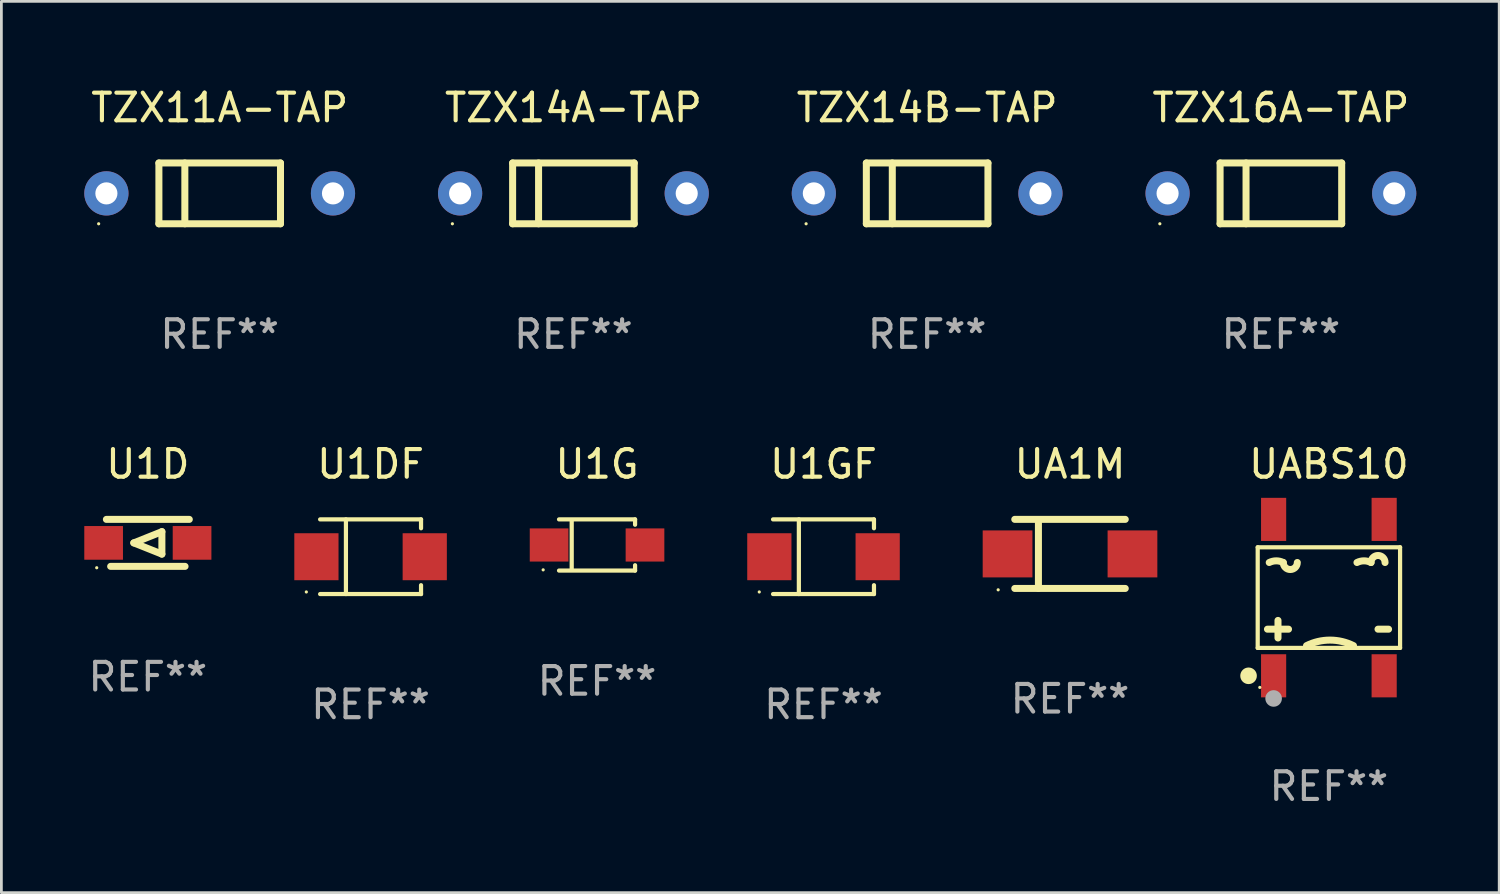
<source format=kicad_pcb>
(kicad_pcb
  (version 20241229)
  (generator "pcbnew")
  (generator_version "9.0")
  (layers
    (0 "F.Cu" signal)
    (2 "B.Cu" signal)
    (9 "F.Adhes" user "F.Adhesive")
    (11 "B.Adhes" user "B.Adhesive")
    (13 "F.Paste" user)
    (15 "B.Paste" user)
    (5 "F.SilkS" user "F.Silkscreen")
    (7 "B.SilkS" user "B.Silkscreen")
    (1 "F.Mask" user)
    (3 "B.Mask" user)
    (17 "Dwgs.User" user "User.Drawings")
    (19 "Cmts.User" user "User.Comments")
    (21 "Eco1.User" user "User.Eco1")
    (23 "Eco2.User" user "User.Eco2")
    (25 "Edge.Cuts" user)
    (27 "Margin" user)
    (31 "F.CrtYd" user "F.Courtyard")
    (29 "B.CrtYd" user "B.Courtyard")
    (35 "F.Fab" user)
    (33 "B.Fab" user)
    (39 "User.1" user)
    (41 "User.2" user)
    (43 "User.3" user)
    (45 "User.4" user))
  (footprint "U1D"
    (layer "F.Cu")
    (at 2.3 16.595)
    (property "Reference" "U1D" (at 0 -2.85 0) (layer "F.SilkS") (effects (font (size 1 1) (thickness 0.15))))
    (attr through_hole)
    (fp_line (start -1.346 0.85) (end 1.346 0.85) (stroke (width 0.254) (type solid)) (layer "F.SilkS"))
    (fp_line (start -0.508 0) (end 0.508 -0.406) (stroke (width 0.254) (type solid)) (layer "F.SilkS"))
    (fp_line (start 0.508 -0.406) (end 0.508 0.406) (stroke (width 0.254) (type solid)) (layer "F.SilkS"))
    (fp_line (start 0.508 0.406) (end -0.508 0) (stroke (width 0.254) (type solid)) (layer "F.SilkS"))
    (fp_line (start 1.5 -0.85) (end -1.5 -0.85) (stroke (width 0.254) (type solid)) (layer "F.SilkS"))
    (fp_circle (center -1.85 0.9) (end -1.82 0.9) (stroke (width 0.06) (type solid)) (fill no) (layer "F.SilkS"))
    (fp_text user "REF**" (at 0 4.85 0) (layer "F.Fab") (effects (font (size 1 1) (thickness 0.15))))
    (pad "1" smd rect (at -1.6 0) (size 1.4 1.219) (layers "F.Cu" "F.Mask" "F.Paste"))
    (pad "2" smd rect (at 1.6 0) (size 1.4 1.219) (layers "F.Cu" "F.Mask" "F.Paste")))
  (footprint "U1GF"
    (layer "F.Cu")
    (at 26.75 17.096)
    (property "Reference" "U1GF" (at 0 -3.351 0) (layer "F.SilkS") (effects (font (size 1 1) (thickness 0.15))))
    (attr through_hole)
    (fp_line (start -1.826 -1.351) (end 1.826 -1.351) (stroke (width 0.152) (type solid)) (layer "F.SilkS"))
    (fp_line (start -1.826 1.351) (end 1.826 1.351) (stroke (width 0.152) (type solid)) (layer "F.SilkS"))
    (fp_line (start -0.892 -1.351) (end -0.892 1.351) (stroke (width 0.152) (type solid)) (layer "F.SilkS"))
    (fp_line (start 1.826 -1.351) (end 1.826 -1.03) (stroke (width 0.152) (type solid)) (layer "F.SilkS"))
    (fp_line (start 1.826 1.03) (end 1.826 1.351) (stroke (width 0.152) (type solid)) (layer "F.SilkS"))
    (fp_circle (center -2.325 1.275) (end -2.295 1.275) (stroke (width 0.06) (type solid)) (fill no) (layer "F.SilkS"))
    (fp_text user "REF**" (at 0 5.351 0) (layer "F.Fab") (effects (font (size 1 1) (thickness 0.15))))
    (pad "1" smd rect (at -1.96 0 180) (size 1.6 1.7) (layers "F.Cu" "F.Mask" "F.Paste"))
    (pad "2" smd rect (at 1.96 0 180) (size 1.6 1.7) (layers "F.Cu" "F.Mask" "F.Paste")))
  (footprint "TZX14A-TAP"
    (layer "F.Cu")
    (at 17.7 3.948)
    (property "Reference" "TZX14A-TAP" (at 0 -3.1 0) (layer "F.SilkS") (effects (font (size 1 1) (thickness 0.15))))
    (attr through_hole)
    (fp_line (start -2.2 -1.1) (end -2.2 1.1) (stroke (width 0.254) (type solid)) (layer "F.SilkS"))
    (fp_line (start -2.2 -1.1) (end 2.2 -1.1) (stroke (width 0.254) (type solid)) (layer "F.SilkS"))
    (fp_line (start -2.2 1.1) (end 2.2 1.1) (stroke (width 0.254) (type solid)) (layer "F.SilkS"))
    (fp_line (start -1.261 -1.1) (end -1.261 1.1) (stroke (width 0.254) (type solid)) (layer "F.SilkS"))
    (fp_line (start 2.2 -1.1) (end 2.2 1.1) (stroke (width 0.254) (type solid)) (layer "F.SilkS"))
    (fp_circle (center -4.38 1.1) (end -4.35 1.1) (stroke (width 0.06) (type solid)) (fill no) (layer "F.SilkS"))
    (fp_text user "REF**" (at 0 5.1 0) (layer "F.Fab") (effects (font (size 1 1) (thickness 0.15))))
    (pad "1" thru_hole circle (at -4.1 0) (size 1.6 1.6) (drill 0.8) (layers "*.Cu" "*.Mask"))
    (pad "2" thru_hole circle (at 4.1 0) (size 1.6 1.6) (drill 0.8) (layers "*.Cu" "*.Mask")))
  (footprint "TZX16A-TAP"
    (layer "F.Cu")
    (at 43.301 3.948)
    (property "Reference" "TZX16A-TAP" (at 0 -3.1 0) (layer "F.SilkS") (effects (font (size 1 1) (thickness 0.15))))
    (attr through_hole)
    (fp_line (start -2.2 -1.1) (end -2.2 1.1) (stroke (width 0.254) (type solid)) (layer "F.SilkS"))
    (fp_line (start -2.2 -1.1) (end 2.2 -1.1) (stroke (width 0.254) (type solid)) (layer "F.SilkS"))
    (fp_line (start -2.2 1.1) (end 2.2 1.1) (stroke (width 0.254) (type solid)) (layer "F.SilkS"))
    (fp_line (start -1.261 -1.1) (end -1.261 1.1) (stroke (width 0.254) (type solid)) (layer "F.SilkS"))
    (fp_line (start 2.2 -1.1) (end 2.2 1.1) (stroke (width 0.254) (type solid)) (layer "F.SilkS"))
    (fp_circle (center -4.38 1.1) (end -4.35 1.1) (stroke (width 0.06) (type solid)) (fill no) (layer "F.SilkS"))
    (fp_text user "REF**" (at 0 5.1 0) (layer "F.Fab") (effects (font (size 1 1) (thickness 0.15))))
    (pad "1" thru_hole circle (at -4.1 0) (size 1.6 1.6) (drill 0.8) (layers "*.Cu" "*.Mask"))
    (pad "2" thru_hole circle (at 4.1 0) (size 1.6 1.6) (drill 0.8) (layers "*.Cu" "*.Mask")))
  (footprint "TZX11A-TAP"
    (layer "F.Cu")
    (at 4.9 3.948)
    (property "Reference" "TZX11A-TAP" (at 0 -3.1 0) (layer "F.SilkS") (effects (font (size 1 1) (thickness 0.15))))
    (attr through_hole)
    (fp_line (start -2.2 -1.1) (end -2.2 1.1) (stroke (width 0.254) (type solid)) (layer "F.SilkS"))
    (fp_line (start -2.2 -1.1) (end 2.2 -1.1) (stroke (width 0.254) (type solid)) (layer "F.SilkS"))
    (fp_line (start -2.2 1.1) (end 2.2 1.1) (stroke (width 0.254) (type solid)) (layer "F.SilkS"))
    (fp_line (start -1.261 -1.1) (end -1.261 1.1) (stroke (width 0.254) (type solid)) (layer "F.SilkS"))
    (fp_line (start 2.2 -1.1) (end 2.2 1.1) (stroke (width 0.254) (type solid)) (layer "F.SilkS"))
    (fp_circle (center -4.38 1.1) (end -4.35 1.1) (stroke (width 0.06) (type solid)) (fill no) (layer "F.SilkS"))
    (fp_text user "REF**" (at 0 5.1 0) (layer "F.Fab") (effects (font (size 1 1) (thickness 0.15))))
    (pad "1" thru_hole circle (at -4.1 0) (size 1.6 1.6) (drill 0.8) (layers "*.Cu" "*.Mask"))
    (pad "2" thru_hole circle (at 4.1 0) (size 1.6 1.6) (drill 0.8) (layers "*.Cu" "*.Mask")))
  (footprint "U1DF"
    (layer "F.Cu")
    (at 10.36 17.096)
    (property "Reference" "U1DF" (at 0 -3.351 0) (layer "F.SilkS") (effects (font (size 1 1) (thickness 0.15))))
    (attr through_hole)
    (fp_line (start -1.826 -1.351) (end 1.826 -1.351) (stroke (width 0.152) (type solid)) (layer "F.SilkS"))
    (fp_line (start -1.826 1.351) (end 1.826 1.351) (stroke (width 0.152) (type solid)) (layer "F.SilkS"))
    (fp_line (start -0.892 -1.351) (end -0.892 1.351) (stroke (width 0.152) (type solid)) (layer "F.SilkS"))
    (fp_line (start 1.826 -1.351) (end 1.826 -1.03) (stroke (width 0.152) (type solid)) (layer "F.SilkS"))
    (fp_line (start 1.826 1.03) (end 1.826 1.351) (stroke (width 0.152) (type solid)) (layer "F.SilkS"))
    (fp_circle (center -2.325 1.275) (end -2.295 1.275) (stroke (width 0.06) (type solid)) (fill no) (layer "F.SilkS"))
    (fp_text user "REF**" (at 0 5.351 0) (layer "F.Fab") (effects (font (size 1 1) (thickness 0.15))))
    (pad "1" smd rect (at -1.96 0 180) (size 1.6 1.7) (layers "F.Cu" "F.Mask" "F.Paste"))
    (pad "2" smd rect (at 1.96 0 180) (size 1.6 1.7) (layers "F.Cu" "F.Mask" "F.Paste")))
  (footprint "UA1M"
    (layer "F.Cu")
    (at 35.67 16.994)
    (property "Reference" "UA1M" (at 0 -3.25 0) (layer "F.SilkS") (effects (font (size 1 1) (thickness 0.15))))
    (attr through_hole)
    (fp_line (start -1.999 -1.25) (end 1.999 -1.25) (stroke (width 0.254) (type solid)) (layer "F.SilkS"))
    (fp_line (start -1.143 -1.245) (end -1.143 1.245) (stroke (width 0.254) (type solid)) (layer "F.SilkS"))
    (fp_line (start 1.999 1.25) (end -1.999 1.25) (stroke (width 0.254) (type solid)) (layer "F.SilkS"))
    (fp_circle (center -2.6 1.3) (end -2.57 1.3) (stroke (width 0.06) (type solid)) (fill no) (layer "F.SilkS"))
    (fp_text user "REF**" (at 0 5.25 0) (layer "F.Fab") (effects (font (size 1 1) (thickness 0.15))))
    (pad "1" smd rect (at -2.26 0) (size 1.8 1.7) (layers "F.Cu" "F.Mask" "F.Paste"))
    (pad "2" smd rect (at 2.26 0) (size 1.8 1.7) (layers "F.Cu" "F.Mask" "F.Paste")))
  (footprint "U1G"
    (layer "F.Cu")
    (at 18.555 16.671)
    (property "Reference" "U1G" (at 0 -2.926 0) (layer "F.SilkS") (effects (font (size 1 1) (thickness 0.15))))
    (attr through_hole)
    (fp_line (start -1.376 -0.926) (end 1.376 -0.926) (stroke (width 0.152) (type solid)) (layer "F.SilkS"))
    (fp_line (start -1.376 0.926) (end 1.376 0.926) (stroke (width 0.152) (type solid)) (layer "F.SilkS"))
    (fp_line (start -0.917 -0.876) (end -0.917 0.876) (stroke (width 0.152) (type solid)) (layer "F.SilkS"))
    (fp_line (start 1.376 -0.926) (end 1.376 -0.733) (stroke (width 0.152) (type solid)) (layer "F.SilkS"))
    (fp_line (start 1.376 0.926) (end 1.376 0.733) (stroke (width 0.152) (type solid)) (layer "F.SilkS"))
    (fp_circle (center -1.95 0.9) (end -1.92 0.9) (stroke (width 0.06) (type solid)) (fill no) (layer "F.SilkS"))
    (fp_text user "REF**" (at 0 4.926 0) (layer "F.Fab") (effects (font (size 1 1) (thickness 0.15))))
    (pad "1" smd rect (at -1.735 0) (size 1.4 1.2) (layers "F.Cu" "F.Mask" "F.Paste"))
    (pad "2" smd rect (at 1.735 0) (size 1.4 1.2) (layers "F.Cu" "F.Mask" "F.Paste")))
  (footprint "UABS10"
    (layer "F.Cu")
    (at 45.038 18.575)
    (property "Reference" "UABS10" (at 0 -4.83 0) (layer "F.SilkS") (effects (font (size 1 1) (thickness 0.15))))
    (attr through_hole)
    (fp_line (start -2.576 -1.821) (end 2.576 -1.821) (stroke (width 0.152) (type solid)) (layer "F.SilkS"))
    (fp_line (start -2.576 1.821) (end -2.576 -1.821) (stroke (width 0.152) (type solid)) (layer "F.SilkS"))
    (fp_line (start -1.842 1.461) (end -1.842 0.826) (stroke (width 0.254) (type solid)) (layer "F.SilkS"))
    (fp_line (start -1.461 1.143) (end -2.223 1.143) (stroke (width 0.254) (type solid)) (layer "F.SilkS"))
    (fp_line (start 2.159 1.143) (end 1.778 1.143) (stroke (width 0.254) (type solid)) (layer "F.SilkS"))
    (fp_line (start 2.576 -1.821) (end 2.576 1.821) (stroke (width 0.152) (type solid)) (layer "F.SilkS"))
    (fp_line (start 2.576 1.821) (end -2.576 1.821) (stroke (width 0.152) (type solid)) (layer "F.SilkS"))
    (fp_arc (start -2.159004 -1.270003) (mid -1.905004 -1.329964) (end -1.651003 -1.270003) (stroke (width 0.254001) (type solid)) (layer "F.SilkS"))
    (fp_arc (start -1.143002 -1.270003) (mid -1.397003 -1.016002) (end -1.651004 -1.270003) (stroke (width 0.254001) (type solid)) (layer "F.SilkS"))
    (fp_arc (start -0.809881 1.73871) (mid 0.040144 1.538031) (end 0.89017 1.738709) (stroke (width 0.254001) (type solid)) (layer "F.SilkS"))
    (fp_arc (start 1.016002 -1.270003) (mid 1.270003 -1.329965) (end 1.524003 -1.270003) (stroke (width 0.254001) (type solid)) (layer "F.SilkS"))
    (fp_arc (start 1.524004 -1.270003) (mid 1.778004 -1.524003) (end 2.032004 -1.270003) (stroke (width 0.254001) (type solid)) (layer "F.SilkS"))
    (fp_circle (center -2.907 2.83) (end -2.757 2.83) (stroke (width 0.3) (type solid)) (fill no) (layer "F.SilkS"))
    (fp_circle (center -2.5 3.25) (end -2.47 3.25) (stroke (width 0.06) (type solid)) (fill no) (layer "F.SilkS"))
    (fp_circle (center -2 3.65) (end -1.85 3.65) (stroke (width 0.3) (type solid)) (fill no) (layer "F.Fab"))
    (fp_text user "REF**" (at 0 6.83 0) (layer "F.Fab") (effects (font (size 1 1) (thickness 0.15))))
    (pad "1" smd rect (at -2 2.83) (size 0.91 1.56) (layers "F.Cu" "F.Mask" "F.Paste"))
    (pad "2" smd rect (at 2 2.83) (size 0.91 1.56) (layers "F.Cu" "F.Mask" "F.Paste"))
    (pad "3" smd rect (at 2 -2.83) (size 0.91 1.56) (layers "F.Cu" "F.Mask" "F.Paste"))
    (pad "4" smd rect (at -2 -2.83) (size 0.91 1.56) (layers "F.Cu" "F.Mask" "F.Paste")))
  (footprint "TZX14B-TAP"
    (layer "F.Cu")
    (at 30.5 3.948)
    (property "Reference" "TZX14B-TAP" (at 0 -3.1 0) (layer "F.SilkS") (effects (font (size 1 1) (thickness 0.15))))
    (attr through_hole)
    (fp_line (start -2.2 -1.1) (end -2.2 1.1) (stroke (width 0.254) (type solid)) (layer "F.SilkS"))
    (fp_line (start -2.2 -1.1) (end 2.2 -1.1) (stroke (width 0.254) (type solid)) (layer "F.SilkS"))
    (fp_line (start -2.2 1.1) (end 2.2 1.1) (stroke (width 0.254) (type solid)) (layer "F.SilkS"))
    (fp_line (start -1.261 -1.1) (end -1.261 1.1) (stroke (width 0.254) (type solid)) (layer "F.SilkS"))
    (fp_line (start 2.2 -1.1) (end 2.2 1.1) (stroke (width 0.254) (type solid)) (layer "F.SilkS"))
    (fp_circle (center -4.38 1.1) (end -4.35 1.1) (stroke (width 0.06) (type solid)) (fill no) (layer "F.SilkS"))
    (fp_text user "REF**" (at 0 5.1 0) (layer "F.Fab") (effects (font (size 1 1) (thickness 0.15))))
    (pad "1" thru_hole circle (at -4.1 0) (size 1.6 1.6) (drill 0.8) (layers "*.Cu" "*.Mask"))
    (pad "2" thru_hole circle (at 4.1 0) (size 1.6 1.6) (drill 0.8) (layers "*.Cu" "*.Mask")))
  (gr_rect
    (start -3 -3)
    (end 51.201 29.253)
    (stroke (width 0.1) (type default))
    (fill no)
    (layer "Edge.Cuts")))
</source>
